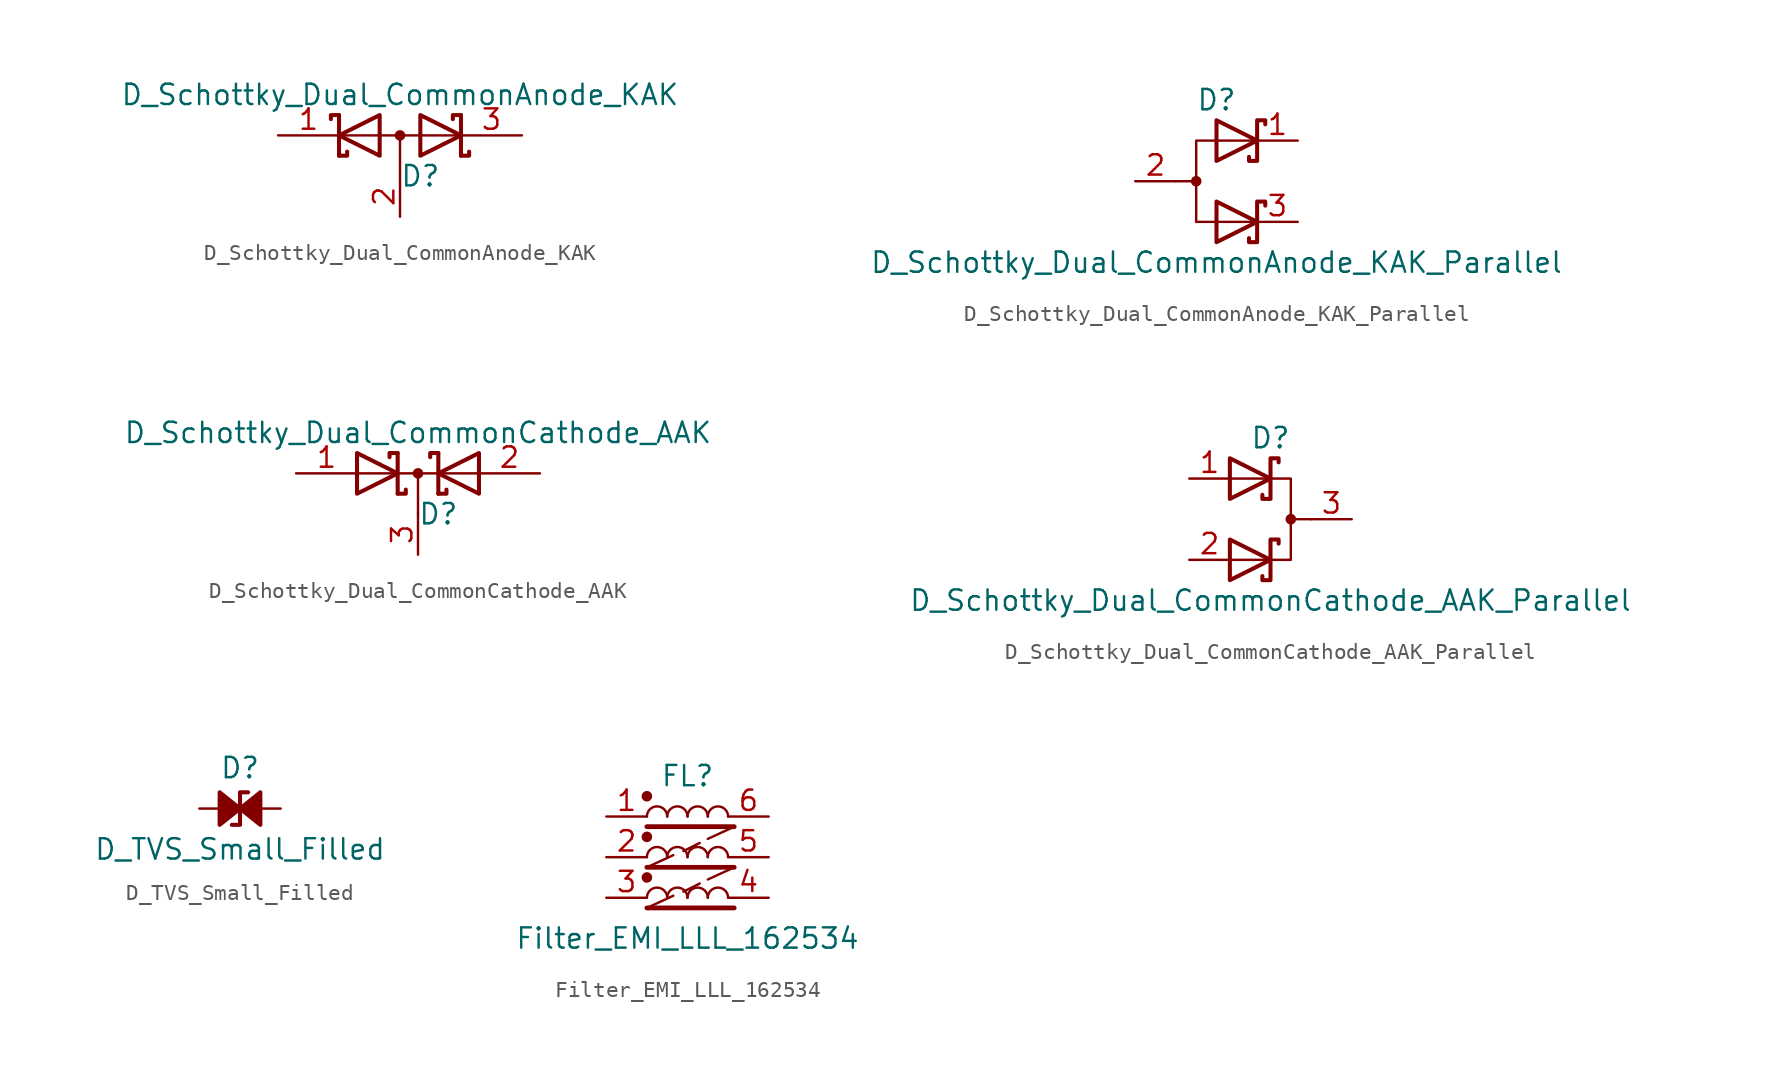
<source format=kicad_sym>
(kicad_symbol_lib
  (version 20241209)
  (generator "kicad_symbol_editor")
  (generator_version "9.0")
  (symbol "D_Schottky_Dual_CommonAnode_KAK"
    (pin_names
      (offset 0.762)
      (hide yes))
    (property "Reference" "D"
      (at 1.27 -2.54 0)
      (effects (font (size 1.27 1.27))))
    (property "Value" "D_Schottky_Dual_CommonAnode_KAK"
      (at 0 2.54 0)
      (effects (font (size 1.27 1.27))))
    (symbol "D_Schottky_Dual_CommonAnode_KAK_0_1"
      (polyline (pts (xy -3.81 1.27) (xy -3.81 -1.27) (xy -3.81 -1.27)) (stroke (width 0.254) (type default)) (fill (type none)))
      (polyline (pts (xy -3.81 1.27) (xy -4.318 1.27) (xy -4.318 1.016) (xy -4.318 1.016)) (stroke (width 0.254) (type default)) (fill (type none)))
      (polyline (pts (xy -3.556 0) (xy 3.81 0)) (stroke (width 0) (type default)) (fill (type none)))
      (polyline (pts (xy -3.302 -1.016) (xy -3.302 -1.27) (xy -3.81 -1.27) (xy -3.81 -1.27) (xy -3.81 -1.27)) (stroke (width 0.254) (type default)) (fill (type none)))
      (polyline (pts (xy -1.27 -1.27) (xy -3.81 0) (xy -1.27 1.27) (xy -1.27 -1.27) (xy -1.27 -1.27) (xy -1.27 -1.27)) (stroke (width 0.254) (type default)) (fill (type none)))
      (polyline (pts (xy 0 0) (xy 0 -2.54)) (stroke (width 0) (type default)) (fill (type none)))
      (circle (center 0 0) (radius 0.254) (stroke (width 0) (type default)) (fill (type outline)))
      (polyline (pts (xy 1.27 1.27) (xy 3.81 0) (xy 1.27 -1.27) (xy 1.27 1.27) (xy 1.27 1.27) (xy 1.27 1.27)) (stroke (width 0.254) (type default)) (fill (type none)))
      (polyline (pts (xy 3.81 1.27) (xy 3.81 -1.27) (xy 3.81 -1.27)) (stroke (width 0.254) (type default)) (fill (type none)))
      (polyline (pts (xy 3.81 1.27) (xy 3.302 1.27) (xy 3.302 1.016) (xy 3.302 1.016)) (stroke (width 0.254) (type default)) (fill (type none)))
      (polyline (pts (xy 3.81 -1.27) (xy 4.318 -1.27) (xy 4.318 -1.016) (xy 4.318 -1.016)) (stroke (width 0.254) (type default)) (fill (type none)))
      (pin passive line (at -7.62 0 0) (length 3.81) (name "K" (effects (font (size 1.27 1.27)))) (number "1" (effects (font (size 1.27 1.27)))))
      (pin passive line (at 0 -5.08 90) (length 2.54) (name "A" (effects (font (size 1.27 1.27)))) (number "2" (effects (font (size 1.27 1.27)))))
      (pin passive line (at 7.62 0 180) (length 3.81) (name "K" (effects (font (size 1.27 1.27)))) (number "3" (effects (font (size 1.27 1.27)))))))
  (symbol "D_Schottky_Dual_CommonAnode_KAK_Parallel"
    (pin_names
      (offset 0.762)
      (hide yes))
    (property "Reference" "D"
      (at 0 5.08 0)
      (effects (font (size 1.27 1.27))))
    (property "Value" "D_Schottky_Dual_CommonAnode_KAK_Parallel"
      (at 0 -5.08 0)
      (effects (font (size 1.27 1.27))))
    (symbol "D_Schottky_Dual_CommonAnode_KAK_Parallel_0_1"
      (circle (center -1.27 0) (radius 0.254) (stroke (width 0) (type default)) (fill (type outline)))
      (polyline (pts (xy -1.27 0) (xy -2.54 0)) (stroke (width 0) (type default)) (fill (type none)))
      (polyline (pts (xy 0 3.81) (xy 2.54 2.54) (xy 0 1.27) (xy 0 3.81) (xy 0 3.81) (xy 0 3.81)) (stroke (width 0.254) (type default)) (fill (type none)))
      (polyline (pts (xy 0 -1.27) (xy 2.54 -2.54) (xy 0 -3.81) (xy 0 -1.27) (xy 0 -1.27) (xy 0 -1.27)) (stroke (width 0.254) (type default)) (fill (type none)))
      (polyline (pts (xy 2.54 2.54) (xy -1.27 2.54) (xy -1.27 -2.54) (xy 2.54 -2.54)) (stroke (width 0) (type default)) (fill (type none)))
      (polyline (pts (xy 3.048 3.556) (xy 3.048 3.81) (xy 2.54 3.81) (xy 2.54 1.27) (xy 2.032 1.27) (xy 2.032 1.524)) (stroke (width 0.254) (type default)) (fill (type none)))
      (polyline (pts (xy 3.048 -1.524) (xy 3.048 -1.27) (xy 2.54 -1.27) (xy 2.54 -3.81) (xy 2.032 -3.81) (xy 2.032 -3.556)) (stroke (width 0.254) (type default)) (fill (type none)))
      (pin passive line (at -5.08 0 0) (length 2.54) (name "A" (effects (font (size 1.27 1.27)))) (number "2" (effects (font (size 1.27 1.27)))))
      (pin passive line (at 5.08 2.54 180) (length 2.54) (name "K" (effects (font (size 1.27 1.27)))) (number "1" (effects (font (size 1.27 1.27)))))
      (pin passive line (at 5.08 -2.54 180) (length 2.54) (name "K" (effects (font (size 1.27 1.27)))) (number "3" (effects (font (size 1.27 1.27)))))))
  (symbol "D_Schottky_Dual_CommonCathode_AAK"
    (pin_names
      (offset 0.762)
      (hide yes))
    (property "Reference" "D"
      (at 1.27 -2.54 0)
      (effects (font (size 1.27 1.27))))
    (property "Value" "D_Schottky_Dual_CommonCathode_AAK"
      (at 0 2.54 0)
      (effects (font (size 1.27 1.27))))
    (symbol "D_Schottky_Dual_CommonCathode_AAK_0_1"
      (polyline (pts (xy -3.81 1.27) (xy -1.27 0) (xy -3.81 -1.27) (xy -3.81 1.27) (xy -3.81 1.27) (xy -3.81 1.27)) (stroke (width 0.254) (type default)) (fill (type none)))
      (polyline (pts (xy -3.81 0) (xy 3.81 0)) (stroke (width 0) (type default)) (fill (type none)))
      (polyline (pts (xy -1.778 1.016) (xy -1.778 1.27) (xy -1.27 1.27) (xy -1.27 1.27) (xy -1.27 1.27)) (stroke (width 0.254) (type default)) (fill (type none)))
      (polyline (pts (xy -1.27 -1.27) (xy -1.27 1.27) (xy -1.27 1.27)) (stroke (width 0.254) (type default)) (fill (type none)))
      (polyline (pts (xy -1.27 -1.27) (xy -0.762 -1.27) (xy -0.762 -1.016) (xy -0.762 -1.016)) (stroke (width 0.254) (type default)) (fill (type none)))
      (polyline (pts (xy 0 0) (xy 0 -2.54)) (stroke (width 0) (type default)) (fill (type none)))
      (circle (center 0 0) (radius 0.254) (stroke (width 0) (type default)) (fill (type outline)))
      (polyline (pts (xy 1.27 1.27) (xy 0.762 1.27) (xy 0.762 1.016) (xy 0.762 1.016)) (stroke (width 0.254) (type default)) (fill (type none)))
      (polyline (pts (xy 1.27 -1.27) (xy 1.27 1.27) (xy 1.27 1.27)) (stroke (width 0.254) (type default)) (fill (type none)))
      (polyline (pts (xy 1.27 -1.27) (xy 1.778 -1.27) (xy 1.778 -1.016) (xy 1.778 -1.016)) (stroke (width 0.254) (type default)) (fill (type none)))
      (polyline (pts (xy 3.81 -1.27) (xy 1.27 0) (xy 3.81 1.27) (xy 3.81 -1.27) (xy 3.81 -1.27) (xy 3.81 -1.27)) (stroke (width 0.254) (type default)) (fill (type none)))
      (pin passive line (at -7.62 0 0) (length 3.81) (name "A" (effects (font (size 1.27 1.27)))) (number "1" (effects (font (size 1.27 1.27)))))
      (pin passive line (at 0 -5.08 90) (length 2.54) (name "K" (effects (font (size 1.27 1.27)))) (number "3" (effects (font (size 1.27 1.27)))))
      (pin passive line (at 7.62 0 180) (length 3.81) (name "A" (effects (font (size 1.27 1.27)))) (number "2" (effects (font (size 1.27 1.27)))))))
  (symbol "D_Schottky_Dual_CommonCathode_AAK_Parallel"
    (pin_names
      (offset 0.762)
      (hide yes))
    (property "Reference" "D"
      (at 0 5.08 0)
      (effects (font (size 1.27 1.27))))
    (property "Value" "D_Schottky_Dual_CommonCathode_AAK_Parallel"
      (at 0 -5.08 0)
      (effects (font (size 1.27 1.27))))
    (symbol "D_Schottky_Dual_CommonCathode_AAK_Parallel_0_1"
      (polyline (pts (xy -2.54 3.81) (xy 0 2.54) (xy -2.54 1.27) (xy -2.54 3.81) (xy -2.54 3.81) (xy -2.54 3.81)) (stroke (width 0.254) (type default)) (fill (type none)))
      (polyline (pts (xy -2.54 -1.27) (xy 0 -2.54) (xy -2.54 -3.81) (xy -2.54 -1.27) (xy -2.54 -1.27) (xy -2.54 -1.27)) (stroke (width 0.254) (type default)) (fill (type none)))
      (polyline (pts (xy -2.54 -2.54) (xy 1.27 -2.54) (xy 1.27 2.54) (xy -2.54 2.54)) (stroke (width 0) (type default)) (fill (type none)))
      (polyline (pts (xy 0.508 3.556) (xy 0.508 3.81) (xy 0 3.81) (xy 0 1.27) (xy -0.508 1.27) (xy -0.508 1.524)) (stroke (width 0.254) (type default)) (fill (type none)))
      (polyline (pts (xy 0.508 -1.524) (xy 0.508 -1.27) (xy 0 -1.27) (xy 0 -3.81) (xy -0.508 -3.81) (xy -0.508 -3.556)) (stroke (width 0.254) (type default)) (fill (type none)))
      (polyline (pts (xy 1.27 0) (xy 2.54 0)) (stroke (width 0) (type default)) (fill (type none)))
      (circle (center 1.27 0) (radius 0.254) (stroke (width 0) (type default)) (fill (type outline)))
      (pin passive line (at -5.08 2.54 0) (length 2.54) (name "A" (effects (font (size 1.27 1.27)))) (number "1" (effects (font (size 1.27 1.27)))))
      (pin passive line (at -5.08 -2.54 0) (length 2.54) (name "A" (effects (font (size 1.27 1.27)))) (number "2" (effects (font (size 1.27 1.27)))))
      (pin passive line (at 5.08 0 180) (length 2.54) (name "K" (effects (font (size 1.27 1.27)))) (number "3" (effects (font (size 1.27 1.27)))))))
  (symbol "D_TVS_Small_Filled"
    (pin_numbers
      (hide yes))
    (pin_names
      (offset 1.016)
      (hide yes))
    (property "Reference" "D"
      (at 0 2.54 0)
      (effects (font (size 1.27 1.27))))
    (property "Value" "D_TVS_Small_Filled"
      (at 0 -2.54 0)
      (effects (font (size 1.27 1.27))))
    (symbol "D_TVS_Small_Filled_0_1"
      (polyline (pts (xy -1.27 0) (xy 1.27 0)) (stroke (width 0) (type default)) (fill (type none)))
      (polyline (pts (xy 0.508 1.016) (xy 0 1.016) (xy 0 -1.016) (xy -0.508 -1.016)) (stroke (width 0.254) (type default)) (fill (type none))))
    (symbol "D_TVS_Small_Filled_1_1"
      (polyline (pts (xy -1.27 1.016) (xy -1.27 -1.016) (xy 0 0) (xy -1.27 1.016)) (stroke (width 0.254) (type default)) (fill (type outline)))
      (polyline (pts (xy 0 0) (xy 1.27 1.016) (xy 1.27 -1.016) (xy 0 0)) (stroke (width 0.254) (type default)) (fill (type outline)))
      (pin passive line (at -2.54 0 0) (length 1.27) (name "A1" (effects (font (size 1.27 1.27)))) (number "1" (effects (font (size 1.27 1.27)))))
      (pin passive line (at 2.54 0 180) (length 1.27) (name "A2" (effects (font (size 1.27 1.27)))) (number "2" (effects (font (size 1.27 1.27)))))))
  (symbol "Filter_EMI_LLL_162534"
    (pin_names
      (hide yes))
    (property "Reference" "FL"
      (at 0 5.08 0)
      (effects (font (size 1.27 1.27))))
    (property "Value" "Filter_EMI_LLL_162534"
      (at 0 -5.08 0)
      (effects (font (size 1.27 1.27))))
    (symbol "Filter_EMI_LLL_162534_0_1"
      (circle (center -2.54 3.81) (radius 0.254) (stroke (width 0) (type default)) (fill (type outline)))
      (polyline (pts (xy -2.54 1.905) (xy 2.921 1.905)) (stroke (width 0.3) (type default)) (fill (type none)))
      (circle (center -2.54 1.27) (radius 0.254) (stroke (width 0) (type default)) (fill (type outline)))
      (polyline (pts (xy -2.54 -0.635) (xy 2.921 -0.635)) (stroke (width 0.3) (type default)) (fill (type none)))
      (circle (center -2.54 -1.27) (radius 0.254) (stroke (width 0) (type default)) (fill (type outline)))
      (polyline (pts (xy -2.54 -3.175) (xy 2.921 -3.175)) (stroke (width 0.3) (type default)) (fill (type none)))
      (arc (start -2.54 2.54) (mid -1.905 3.1723) (end -1.27 2.54) (stroke (width 0) (type default)) (fill (type none)))
      (arc (start -2.54 0) (mid -1.905 0.6323) (end -1.27 0) (stroke (width 0) (type default)) (fill (type none)))
      (arc (start -2.54 -2.54) (mid -1.905 -1.9077) (end -1.27 -2.54) (stroke (width 0) (type default)) (fill (type none)))
      (polyline (pts (xy -0.889 0.127) (xy -2.54 -0.635)) (stroke (width 0.152) (type default)) (fill (type none)))
      (polyline (pts (xy -0.889 -2.413) (xy -2.54 -3.175)) (stroke (width 0.152) (type default)) (fill (type none)))
      (arc (start -1.27 2.54) (mid -0.635 3.1723) (end 0 2.54) (stroke (width 0) (type default)) (fill (type none)))
      (arc (start -1.27 0) (mid -0.635 0.6323) (end 0 0) (stroke (width 0) (type default)) (fill (type none)))
      (arc (start -1.27 -2.54) (mid -0.635 -1.9077) (end 0 -2.54) (stroke (width 0) (type default)) (fill (type none)))
      (arc (start 0 2.54) (mid 0.635 3.1723) (end 1.27 2.54) (stroke (width 0) (type default)) (fill (type none)))
      (arc (start 0 0) (mid 0.635 0.6323) (end 1.27 0) (stroke (width 0) (type default)) (fill (type none)))
      (arc (start 0 -2.54) (mid 0.635 -1.9077) (end 1.27 -2.54) (stroke (width 0) (type default)) (fill (type none)))
      (polyline (pts (xy 0.762 0.889) (xy -0.254 0.381)) (stroke (width 0.152) (type default)) (fill (type none)))
      (polyline (pts (xy 0.762 -1.651) (xy -0.254 -2.159)) (stroke (width 0.152) (type default)) (fill (type none)))
      (arc (start 1.27 2.54) (mid 1.905 3.1723) (end 2.54 2.54) (stroke (width 0) (type default)) (fill (type none)))
      (arc (start 1.27 0) (mid 1.905 0.6323) (end 2.54 0) (stroke (width 0) (type default)) (fill (type none)))
      (arc (start 1.27 -2.54) (mid 1.905 -1.9077) (end 2.54 -2.54) (stroke (width 0) (type default)) (fill (type none)))
      (polyline (pts (xy 2.921 1.905) (xy 1.27 1.143)) (stroke (width 0.152) (type default)) (fill (type none)))
      (polyline (pts (xy 2.921 -0.635) (xy 1.27 -1.397)) (stroke (width 0.152) (type default)) (fill (type none))))
    (symbol "Filter_EMI_LLL_162534_1_1"
      (pin passive line (at -5.08 2.54 0) (length 2.54) (name "1" (effects (font (size 1.27 1.27)))) (number "1" (effects (font (size 1.27 1.27)))))
      (pin passive line (at -5.08 0 0) (length 2.54) (name "2" (effects (font (size 1.27 1.27)))) (number "2" (effects (font (size 1.27 1.27)))))
      (pin passive line (at -5.08 -2.54 0) (length 2.54) (name "3" (effects (font (size 1.27 1.27)))) (number "3" (effects (font (size 1.27 1.27)))))
      (pin passive line (at 5.08 2.54 180) (length 2.54) (name "6" (effects (font (size 1.27 1.27)))) (number "6" (effects (font (size 1.27 1.27)))))
      (pin passive line (at 5.08 0 180) (length 2.54) (name "5" (effects (font (size 1.27 1.27)))) (number "5" (effects (font (size 1.27 1.27)))))
      (pin passive line (at 5.08 -2.54 180) (length 2.54) (name "4" (effects (font (size 1.27 1.27)))) (number "4" (effects (font (size 1.27 1.27))))))))
</source>
